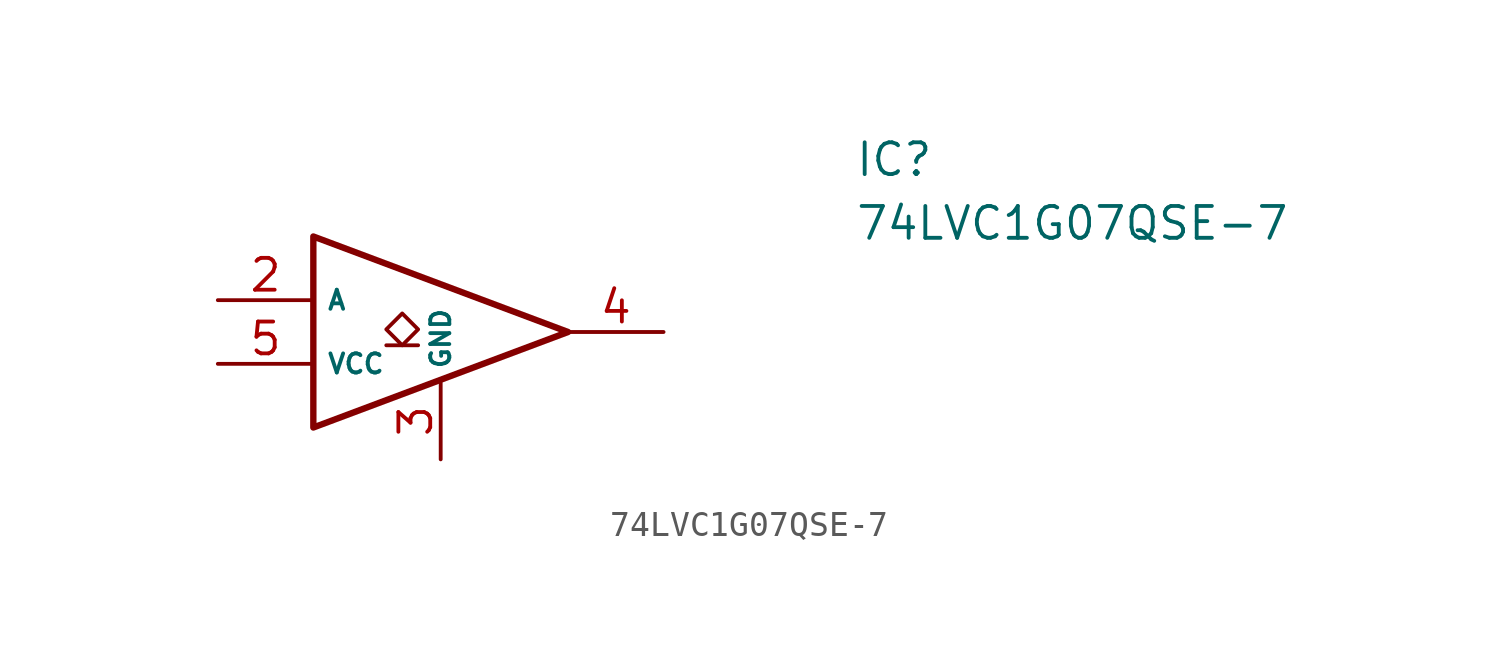
<source format=kicad_sym>
(kicad_symbol_lib
  (version 20231120)
  (generator "kicad_symbol_editor")
  (generator_version "8.0")
  (symbol "74LVC1G07QSE-7"
    (property "Reference" "IC"
      (at 21.59 7.62 0)
      (effects (font (size 1.27 1.27)) (justify left top)))
    (property "Value" "74LVC1G07QSE-7"
      (at 21.59 5.08 0)
      (effects (font (size 1.27 1.27)) (justify left top)))
    (symbol "74LVC1G07QSE-7_0_1"
      (polyline (pts (xy 2.91 -0.53) (xy 4.18 -0.53)) (stroke (width 0) (type default)) (fill (type none)))
      (polyline (pts (xy 0 3.81) (xy 0 -3.81) (xy 10.16 0) (xy 0 3.81)) (stroke (width 0.254) (type default)) (fill (type none)))
      (polyline (pts (xy 3.545 0.74) (xy 2.91 0.105) (xy 3.545 -0.53) (xy 4.18 0.105) (xy 3.545 0.74)) (stroke (width 0) (type default)) (fill (type none))))
    (symbol "74LVC1G07QSE-7_1_1"
      (pin no_connect line (at 2.54 6.35 270) (length 3.302) hide (name "NC" (effects (font (size 0.762 0.762)))) (number "1" (effects (font (size 1.27 1.27)))))
      (pin passive line (at -3.81 1.27 0) (length 3.81) (name "A" (effects (font (size 0.762 0.762)))) (number "2" (effects (font (size 1.27 1.27)))))
      (pin power_in line (at 5.08 -5.08 90) (length 3.048) (name "GND" (effects (font (size 0.762 0.762)))) (number "3" (effects (font (size 1.27 1.27)))))
      (pin passive line (at 13.97 0 180) (length 3.81) (name "" (effects (font (size 0.762 0.762)))) (number "4" (effects (font (size 1.27 1.27)))))
      (pin power_in line (at -3.81 -1.27 0) (length 3.81) (name "VCC" (effects (font (size 0.762 0.762)))) (number "5" (effects (font (size 1.27 1.27))))))))
</source>
